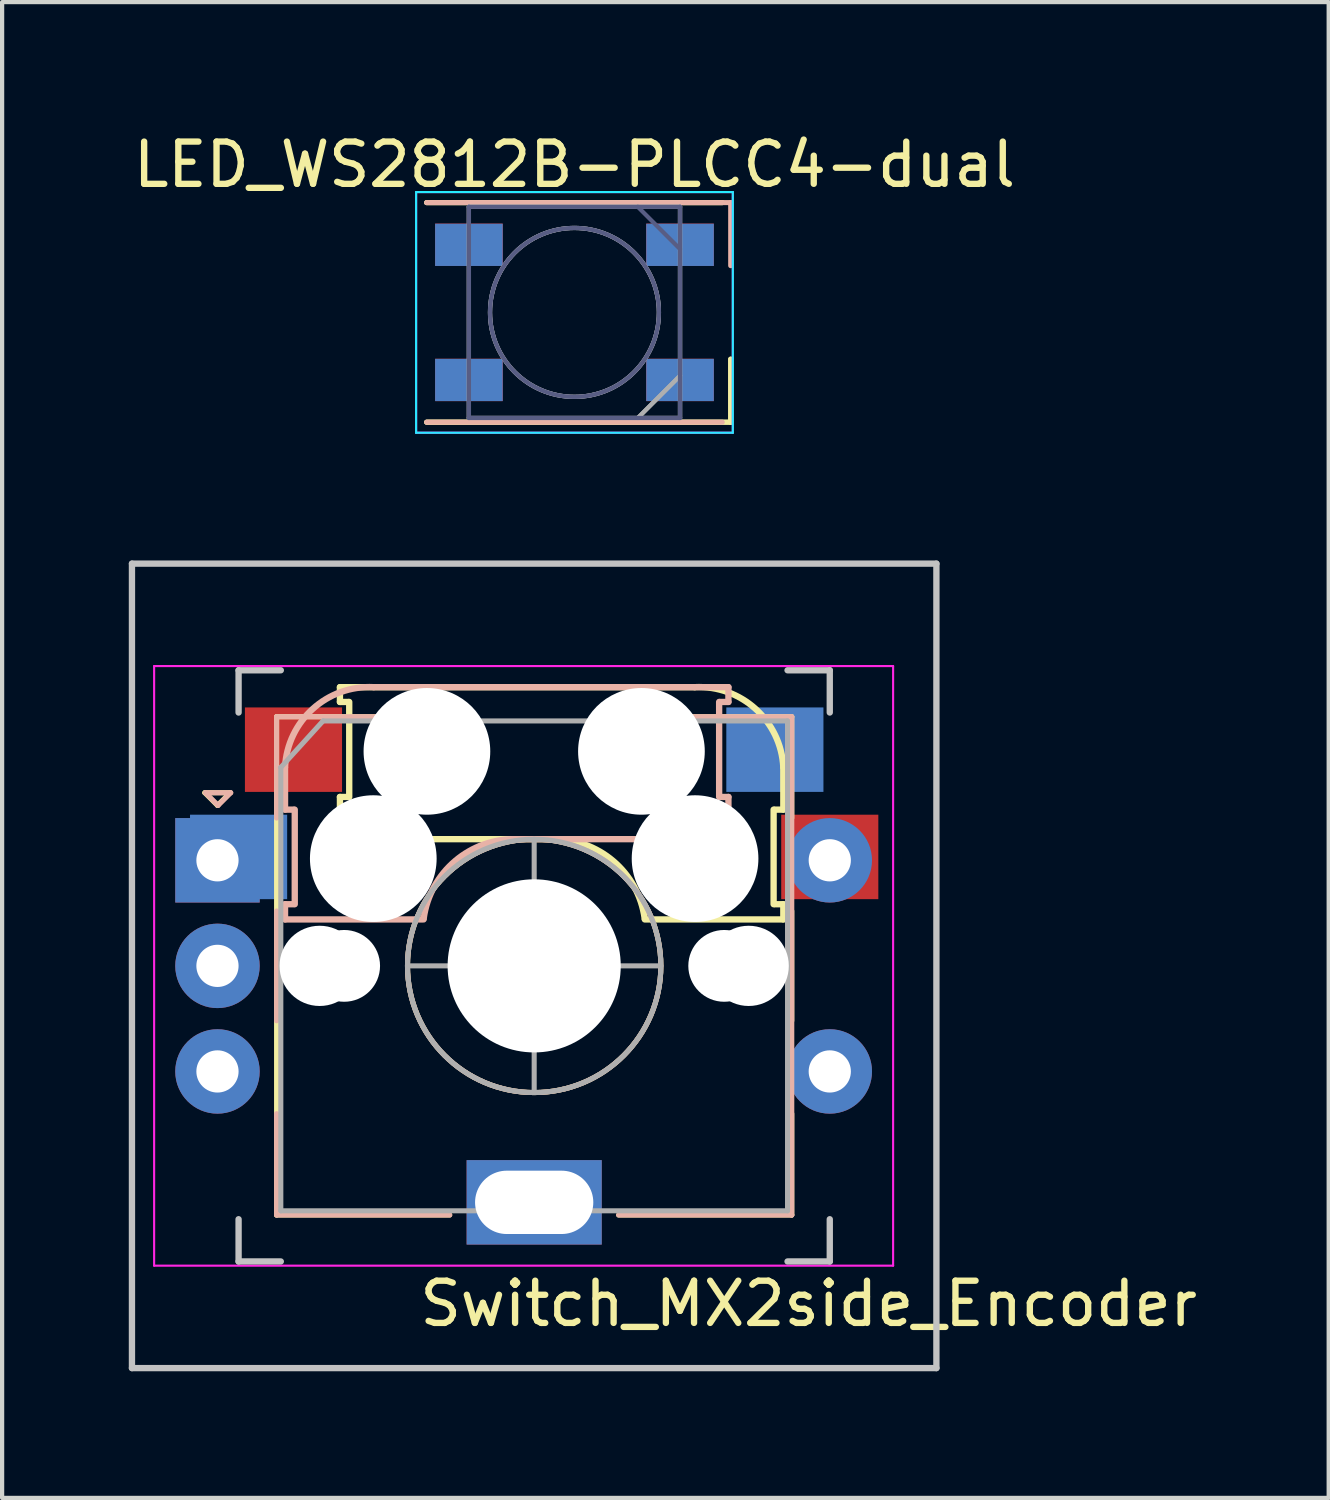
<source format=kicad_pcb>
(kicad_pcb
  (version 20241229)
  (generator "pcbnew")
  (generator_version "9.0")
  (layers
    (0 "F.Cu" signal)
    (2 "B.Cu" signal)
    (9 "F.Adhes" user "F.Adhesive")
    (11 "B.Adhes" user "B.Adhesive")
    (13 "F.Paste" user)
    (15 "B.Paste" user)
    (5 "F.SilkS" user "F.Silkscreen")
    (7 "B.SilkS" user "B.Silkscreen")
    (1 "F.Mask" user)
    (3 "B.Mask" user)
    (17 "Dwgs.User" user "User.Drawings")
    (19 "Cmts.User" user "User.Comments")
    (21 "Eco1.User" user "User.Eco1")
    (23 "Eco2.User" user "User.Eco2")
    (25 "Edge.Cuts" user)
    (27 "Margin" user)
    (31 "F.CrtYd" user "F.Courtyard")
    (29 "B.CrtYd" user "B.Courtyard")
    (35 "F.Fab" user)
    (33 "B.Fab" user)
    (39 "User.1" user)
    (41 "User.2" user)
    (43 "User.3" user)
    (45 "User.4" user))
  (footprint "Switch_MX2side_Encoder"
    (layer "F.Cu")
    (at 9.6 19.823)
    (property "Reference" "Switch_MX2side_Encoder" (at 6.5 8 0) (layer "F.SilkS") (effects (font (size 1 1) (thickness 0.15))))
    (attr through_hole)
    (fp_line (start -7.8 -4.1) (end -7.2 -4.1) (stroke (width 0.12) (type solid)) (layer "F.SilkS"))
    (fp_line (start -7.5 -3.8) (end -7.8 -4.1) (stroke (width 0.12) (type solid)) (layer "F.SilkS"))
    (fp_line (start -7.2 -4.1) (end -7.5 -3.8) (stroke (width 0.12) (type solid)) (layer "F.SilkS"))
    (fp_line (start -6.1 -5.9) (end -6.1 5.9) (stroke (width 0.12) (type solid)) (layer "F.SilkS"))
    (fp_line (start -4.6 -6.6) (end 3.8 -6.6) (stroke (width 0.15) (type solid)) (layer "F.SilkS"))
    (fp_line (start -4.6 -6.25) (end -4.6 -6.6) (stroke (width 0.15) (type solid)) (layer "F.SilkS"))
    (fp_line (start -4.6 -4) (end -4.4 -4) (stroke (width 0.15) (type solid)) (layer "F.SilkS"))
    (fp_line (start -4.6 -3) (end -4.6 -4) (stroke (width 0.15) (type solid)) (layer "F.SilkS"))
    (fp_line (start -4.4 -6.25) (end -4.6 -6.25) (stroke (width 0.15) (type solid)) (layer "F.SilkS"))
    (fp_line (start -4.38 -4) (end -4.38 -6.25) (stroke (width 0.15) (type solid)) (layer "F.SilkS"))
    (fp_line (start -2 -5.9) (end -6.1 -5.9) (stroke (width 0.12) (type solid)) (layer "F.SilkS"))
    (fp_line (start -2 5.9) (end -6.1 5.9) (stroke (width 0.12) (type solid)) (layer "F.SilkS"))
    (fp_line (start -0.5 0) (end 0.5 0) (stroke (width 0.12) (type solid)) (layer "F.SilkS"))
    (fp_line (start 0 -0.5) (end 0 0.5) (stroke (width 0.12) (type solid)) (layer "F.SilkS"))
    (fp_line (start 0.4 -3) (end -4.6 -3) (stroke (width 0.15) (type solid)) (layer "F.SilkS"))
    (fp_line (start 2 -5.9) (end 6.1 -5.9) (stroke (width 0.12) (type solid)) (layer "F.SilkS"))
    (fp_line (start 5.67 -3.7) (end 5.67 -1.46) (stroke (width 0.15) (type solid)) (layer "F.SilkS"))
    (fp_line (start 5.7 -1.46) (end 5.9 -1.46) (stroke (width 0.15) (type solid)) (layer "F.SilkS"))
    (fp_line (start 5.9 -4.7) (end 5.9 -3.7) (stroke (width 0.15) (type solid)) (layer "F.SilkS"))
    (fp_line (start 5.9 -3.7) (end 5.7 -3.7) (stroke (width 0.15) (type solid)) (layer "F.SilkS"))
    (fp_line (start 5.9 -1.1) (end 2.62 -1.1) (stroke (width 0.15) (type solid)) (layer "F.SilkS"))
    (fp_line (start 5.9 -1.1) (end 5.9 -1.46) (stroke (width 0.15) (type solid)) (layer "F.SilkS"))
    (fp_line (start 6.1 -5.9) (end 6.1 -3.5) (stroke (width 0.12) (type solid)) (layer "F.SilkS"))
    (fp_line (start 6.1 -1.3) (end 6.1 1.3) (stroke (width 0.12) (type solid)) (layer "F.SilkS"))
    (fp_line (start 6.1 3.5) (end 6.1 5.9) (stroke (width 0.12) (type solid)) (layer "F.SilkS"))
    (fp_line (start 6.1 5.9) (end 2 5.9) (stroke (width 0.12) (type solid)) (layer "F.SilkS"))
    (fp_arc (start 0.4 -3) (mid 1.868709 -2.486118) (end 2.616318 -1.121471) (stroke (width 0.15) (type solid)) (layer "F.SilkS"))
    (fp_arc (start 3.8 -6.600001) (mid 5.243504 -6.084925) (end 5.900001 -4.7) (stroke (width 0.15) (type solid)) (layer "F.SilkS"))
    (fp_circle (center 0 0) (end 3 0) (stroke (width 0.12) (type solid)) (fill no) (layer "F.SilkS"))
    (fp_line (start -7.786 -4.1) (end -7.486 -3.8) (stroke (width 0.12) (type solid)) (layer "B.SilkS"))
    (fp_line (start -7.486 -3.8) (end -7.186 -4.1) (stroke (width 0.12) (type solid)) (layer "B.SilkS"))
    (fp_line (start -7.186 -4.1) (end -7.786 -4.1) (stroke (width 0.12) (type solid)) (layer "B.SilkS"))
    (fp_line (start -6.1 -5.9) (end -6.1 -3.5) (stroke (width 0.12) (type solid)) (layer "B.SilkS"))
    (fp_line (start -6.1 -1.3) (end -6.1 1.3) (stroke (width 0.12) (type solid)) (layer "B.SilkS"))
    (fp_line (start -6.1 3.5) (end -6.1 5.9) (stroke (width 0.12) (type solid)) (layer "B.SilkS"))
    (fp_line (start -6.1 5.9) (end -2 5.9) (stroke (width 0.12) (type solid)) (layer "B.SilkS"))
    (fp_line (start -5.9 -4.7) (end -5.9 -3.7) (stroke (width 0.15) (type solid)) (layer "B.SilkS"))
    (fp_line (start -5.9 -3.7) (end -5.7 -3.7) (stroke (width 0.15) (type solid)) (layer "B.SilkS"))
    (fp_line (start -5.9 -1.1) (end -5.9 -1.46) (stroke (width 0.15) (type solid)) (layer "B.SilkS"))
    (fp_line (start -5.9 -1.1) (end -2.62 -1.1) (stroke (width 0.15) (type solid)) (layer "B.SilkS"))
    (fp_line (start -5.7 -1.46) (end -5.9 -1.46) (stroke (width 0.15) (type solid)) (layer "B.SilkS"))
    (fp_line (start -5.67 -3.7) (end -5.67 -1.46) (stroke (width 0.15) (type solid)) (layer "B.SilkS"))
    (fp_line (start -2 -5.9) (end -6.1 -5.9) (stroke (width 0.12) (type solid)) (layer "B.SilkS"))
    (fp_line (start -0.4 -3) (end 4.6 -3) (stroke (width 0.15) (type solid)) (layer "B.SilkS"))
    (fp_line (start 0 -0.5) (end 0 0.5) (stroke (width 0.12) (type solid)) (layer "B.SilkS"))
    (fp_line (start 0.5 0) (end -0.5 0) (stroke (width 0.12) (type solid)) (layer "B.SilkS"))
    (fp_line (start 2 -5.9) (end 6.1 -5.9) (stroke (width 0.12) (type solid)) (layer "B.SilkS"))
    (fp_line (start 2 5.9) (end 6.1 5.9) (stroke (width 0.12) (type solid)) (layer "B.SilkS"))
    (fp_line (start 4.38 -4) (end 4.38 -6.25) (stroke (width 0.15) (type solid)) (layer "B.SilkS"))
    (fp_line (start 4.4 -6.25) (end 4.6 -6.25) (stroke (width 0.15) (type solid)) (layer "B.SilkS"))
    (fp_line (start 4.6 -6.6) (end -3.8 -6.6) (stroke (width 0.15) (type solid)) (layer "B.SilkS"))
    (fp_line (start 4.6 -6.25) (end 4.6 -6.6) (stroke (width 0.15) (type solid)) (layer "B.SilkS"))
    (fp_line (start 4.6 -4) (end 4.4 -4) (stroke (width 0.15) (type solid)) (layer "B.SilkS"))
    (fp_line (start 4.6 -3) (end 4.6 -4) (stroke (width 0.15) (type solid)) (layer "B.SilkS"))
    (fp_line (start 6.1 -5.9) (end 6.1 5.9) (stroke (width 0.12) (type solid)) (layer "B.SilkS"))
    (fp_arc (start -5.9 -4.699999) (mid -5.243504 -6.084924) (end -3.800001 -6.6) (stroke (width 0.15) (type solid)) (layer "B.SilkS"))
    (fp_arc (start -2.616318 -1.121471) (mid -1.868709 -2.486118) (end -0.4 -3) (stroke (width 0.15) (type solid)) (layer "B.SilkS"))
    (fp_circle (center 0 0) (end -3 0) (stroke (width 0.12) (type solid)) (fill no) (layer "B.SilkS"))
    (fp_line (start -9.525 -9.525) (end 9.525 -9.525) (stroke (width 0.15) (type solid)) (layer "Dwgs.User"))
    (fp_line (start -9.525 9.525) (end -9.525 -9.525) (stroke (width 0.15) (type solid)) (layer "Dwgs.User"))
    (fp_line (start -7 -7) (end -6 -7) (stroke (width 0.15) (type solid)) (layer "Dwgs.User"))
    (fp_line (start -7 -6) (end -7 -7) (stroke (width 0.15) (type solid)) (layer "Dwgs.User"))
    (fp_line (start -7 6) (end -7 7) (stroke (width 0.15) (type solid)) (layer "Dwgs.User"))
    (fp_line (start -7 7) (end -6 7) (stroke (width 0.15) (type solid)) (layer "Dwgs.User"))
    (fp_line (start 6 7) (end 7 7) (stroke (width 0.15) (type solid)) (layer "Dwgs.User"))
    (fp_line (start 7 -7) (end 6 -7) (stroke (width 0.15) (type solid)) (layer "Dwgs.User"))
    (fp_line (start 7 -7) (end 7 -6) (stroke (width 0.15) (type solid)) (layer "Dwgs.User"))
    (fp_line (start 7 7) (end 7 6) (stroke (width 0.15) (type solid)) (layer "Dwgs.User"))
    (fp_line (start 9.525 -9.525) (end 9.525 9.525) (stroke (width 0.15) (type solid)) (layer "Dwgs.User"))
    (fp_line (start 9.525 9.525) (end -9.525 9.525) (stroke (width 0.15) (type solid)) (layer "Dwgs.User"))
    (fp_line (start -9 -7.1) (end -9 7.1) (stroke (width 0.05) (type solid)) (layer "F.CrtYd"))
    (fp_line (start -9 -7.1) (end 8.5 -7.1) (stroke (width 0.05) (type solid)) (layer "F.CrtYd"))
    (fp_line (start 8.5 7.1) (end -9 7.1) (stroke (width 0.05) (type solid)) (layer "F.CrtYd"))
    (fp_line (start 8.5 7.1) (end 8.5 -7.1) (stroke (width 0.05) (type solid)) (layer "F.CrtYd"))
    (fp_line (start -6 -4.7) (end -5 -5.8) (stroke (width 0.12) (type solid)) (layer "F.Fab"))
    (fp_line (start -6 5.8) (end -6 -4.7) (stroke (width 0.12) (type solid)) (layer "F.Fab"))
    (fp_line (start -5 -5.8) (end 6 -5.8) (stroke (width 0.12) (type solid)) (layer "F.Fab"))
    (fp_line (start -3 0) (end 3 0) (stroke (width 0.12) (type solid)) (layer "F.Fab"))
    (fp_line (start 0 -3) (end 0 3) (stroke (width 0.12) (type solid)) (layer "F.Fab"))
    (fp_line (start 6 -5.8) (end 6 5.8) (stroke (width 0.12) (type solid)) (layer "F.Fab"))
    (fp_line (start 6 5.8) (end -6 5.8) (stroke (width 0.12) (type solid)) (layer "F.Fab"))
    (fp_circle (center 0 0) (end 3 0) (stroke (width 0.12) (type solid)) (fill no) (layer "F.Fab"))
    (pad "" np_thru_hole circle (at -5.08 0) (size 1.9 1.9) (drill 1.9) (layers "*.Cu" "*.Mask"))
    (pad "" np_thru_hole circle (at -4.5 0) (size 1.7 1.7) (drill 1.7) (layers "*.Cu" "*.Mask"))
    (pad "" np_thru_hole circle (at -3.81 -2.54 180) (size 3 3) (drill 3) (layers "*.Cu" "*.Mask"))
    (pad "" np_thru_hole circle (at -2.54 -5.08 180) (size 3 3) (drill 3) (layers "*.Cu" "*.Mask"))
    (pad "" np_thru_hole circle (at 0 0 90) (size 4.1 4.1) (drill 4.1) (layers "*.Cu" "*.Mask"))
    (pad "" np_thru_hole circle (at 2.54 -5.08 180) (size 3 3) (drill 3) (layers "*.Cu" "*.Mask"))
    (pad "" np_thru_hole circle (at 3.81 -2.54 180) (size 3 3) (drill 3) (layers "*.Cu" "*.Mask"))
    (pad "" np_thru_hole circle (at 4.5 0) (size 1.7 1.7) (drill 1.7) (layers "*.Cu" "*.Mask"))
    (pad "" np_thru_hole circle (at 5.08 0) (size 1.9 1.9) (drill 1.9) (layers "*.Cu" "*.Mask"))
    (pad "A" thru_hole rect (at -7.5 -2.5) (size 2 2) (drill 1) (layers "*.Cu" "*.Mask"))
    (pad "A" smd rect (at -7 -2.58 180) (size 2.3 2) (layers "B.Cu" "B.Mask" "B.Paste"))
    (pad "B" thru_hole circle (at -7.5 2.5) (size 2 2) (drill 1) (layers "*.Cu" "*.Mask"))
    (pad "C" thru_hole circle (at -7.5 0) (size 2 2) (drill 1) (layers "*.Cu" "*.Mask"))
    (pad "MP" thru_hole rect (at 0 5.6) (size 3.2 2) (drill oval 2.8 1.5) (layers "*.Cu" "*.Mask"))
    (pad "S1" smd rect (at 5.7 -5.12 180) (size 2.3 2) (layers "B.Cu" "B.Mask" "B.Paste"))
    (pad "S1" thru_hole circle (at 7 2.5) (size 2 2) (drill 1) (layers "*.Cu" "*.Mask"))
    (pad "S2" smd rect (at -5.7 -5.12 180) (size 2.3 2) (layers "F.Cu" "F.Mask" "F.Paste"))
    (pad "S2" smd rect (at 7 -2.58 180) (size 2.3 2) (layers "F.Cu" "F.Mask" "F.Paste"))
    (pad "S2" thru_hole circle (at 7 -2.5) (size 2 2) (drill 1) (layers "*.Cu" "*.Mask")))
  (footprint "LED_WS2812B-PLCC4-dual"
    (layer "F.Cu")
    (at 10.554 4.348)
    (property "Reference" "LED_WS2812B-PLCC4-dual" (at 0 -3.5 0) (layer "F.SilkS") (effects (font (size 1 1) (thickness 0.15))))
    (attr smd)
    (fp_line (start -3.5 -2.6) (end 3.5 -2.6) (stroke (width 0.12) (type solid)) (layer "F.SilkS"))
    (fp_line (start -3.5 -2.6) (end 3.5 -2.6) (stroke (width 0.12) (type solid)) (layer "F.SilkS"))
    (fp_line (start -3.5 2.6) (end 3.7 2.6) (stroke (width 0.12) (type solid)) (layer "F.SilkS"))
    (fp_line (start -3.5 2.6) (end 3.7 2.6) (stroke (width 0.12) (type solid)) (layer "F.SilkS"))
    (fp_line (start 3.7 2.6) (end 3.7 1.107) (stroke (width 0.12) (type solid)) (layer "F.SilkS"))
    (fp_line (start 3.7 2.6) (end 3.7 1.107) (stroke (width 0.12) (type solid)) (layer "F.SilkS"))
    (fp_line (start -3.5 -2.6) (end 3.7 -2.6) (stroke (width 0.12) (type solid)) (layer "B.SilkS"))
    (fp_line (start -3.5 2.6) (end 3.5 2.6) (stroke (width 0.12) (type solid)) (layer "B.SilkS"))
    (fp_line (start 3.7 -2.6) (end 3.7 -1.107) (stroke (width 0.12) (type solid)) (layer "B.SilkS"))
    (fp_line (start -3.75 -2.85) (end 3.75 -2.85) (stroke (width 0.05) (type solid)) (layer "B.CrtYd"))
    (fp_line (start -3.75 2.85) (end -3.75 -2.85) (stroke (width 0.05) (type solid)) (layer "B.CrtYd"))
    (fp_line (start 3.75 -2.85) (end 3.75 2.85) (stroke (width 0.05) (type solid)) (layer "B.CrtYd"))
    (fp_line (start 3.75 2.85) (end -3.75 2.85) (stroke (width 0.05) (type solid)) (layer "B.CrtYd"))
    (fp_line (start -3.75 -2.85) (end -3.75 2.85) (stroke (width 0.05) (type solid)) (layer "F.CrtYd"))
    (fp_line (start -3.75 2.85) (end 3.75 2.85) (stroke (width 0.05) (type solid)) (layer "F.CrtYd"))
    (fp_line (start 3.75 -2.85) (end -3.75 -2.85) (stroke (width 0.05) (type solid)) (layer "F.CrtYd"))
    (fp_line (start 3.75 2.85) (end 3.75 -2.85) (stroke (width 0.05) (type solid)) (layer "F.CrtYd"))
    (fp_line (start -2.5 -2.5) (end 2.5 -2.5) (stroke (width 0.1) (type solid)) (layer "B.Fab"))
    (fp_line (start -2.5 2.5) (end -2.5 -2.5) (stroke (width 0.1) (type solid)) (layer "B.Fab"))
    (fp_line (start 2.5 -2.5) (end 2.5 2.5) (stroke (width 0.1) (type solid)) (layer "B.Fab"))
    (fp_line (start 2.5 -1.5) (end 1.5 -2.5) (stroke (width 0.1) (type solid)) (layer "B.Fab"))
    (fp_line (start 2.5 2.5) (end -2.5 2.5) (stroke (width 0.1) (type solid)) (layer "B.Fab"))
    (fp_circle (center 0 0) (end 0 2) (stroke (width 0.1) (type solid)) (fill no) (layer "B.Fab"))
    (fp_line (start -2.5 -2.5) (end -2.5 2.5) (stroke (width 0.1) (type solid)) (layer "F.Fab"))
    (fp_line (start -2.5 -2.5) (end -2.5 2.5) (stroke (width 0.1) (type solid)) (layer "F.Fab"))
    (fp_line (start -2.5 2.5) (end 2.5 2.5) (stroke (width 0.1) (type solid)) (layer "F.Fab"))
    (fp_line (start -2.5 2.5) (end 2.5 2.5) (stroke (width 0.1) (type solid)) (layer "F.Fab"))
    (fp_line (start 2.5 -2.5) (end -2.5 -2.5) (stroke (width 0.1) (type solid)) (layer "F.Fab"))
    (fp_line (start 2.5 -2.5) (end -2.5 -2.5) (stroke (width 0.1) (type solid)) (layer "F.Fab"))
    (fp_line (start 2.5 1.5) (end 1.5 2.5) (stroke (width 0.1) (type solid)) (layer "F.Fab"))
    (fp_line (start 2.5 1.5) (end 1.5 2.5) (stroke (width 0.1) (type solid)) (layer "F.Fab"))
    (fp_line (start 2.5 2.5) (end 2.5 -2.5) (stroke (width 0.1) (type solid)) (layer "F.Fab"))
    (fp_line (start 2.5 2.5) (end 2.5 -2.5) (stroke (width 0.1) (type solid)) (layer "F.Fab"))
    (fp_circle (center 0 0) (end 0 -2) (stroke (width 0.1) (type solid)) (fill no) (layer "F.Fab"))
    (fp_circle (center 0 0) (end 0 -2) (stroke (width 0.1) (type solid)) (fill no) (layer "F.Fab"))
    (pad "1" smd rect (at -2.5 -1.6) (size 1.6 1) (layers "F.Cu" "F.Mask" "F.Paste"))
    (pad "1" smd rect (at -2.5 -1.6) (size 1.6 1) (layers "F.Cu" "F.Mask" "F.Paste"))
    (pad "1" smd rect (at -2.5 1.6) (size 1.6 1) (layers "B.Cu" "B.Mask" "B.Paste"))
    (pad "2" smd rect (at -2.5 -1.6) (size 1.6 1) (layers "B.Cu" "B.Mask" "B.Paste"))
    (pad "2" smd rect (at -2.5 1.6) (size 1.6 1) (layers "F.Cu" "F.Mask" "F.Paste"))
    (pad "2" smd rect (at -2.5 1.6) (size 1.6 1) (layers "F.Cu" "F.Mask" "F.Paste"))
    (pad "3" smd rect (at 2.5 -1.6) (size 1.6 1) (layers "B.Cu" "B.Mask" "B.Paste"))
    (pad "3" smd rect (at 2.5 1.6) (size 1.6 1) (layers "F.Cu" "F.Mask" "F.Paste"))
    (pad "3" smd rect (at 2.5 1.6) (size 1.6 1) (layers "F.Cu" "F.Mask" "F.Paste"))
    (pad "4" smd rect (at 2.5 -1.6) (size 1.6 1) (layers "F.Cu" "F.Mask" "F.Paste"))
    (pad "4" smd rect (at 2.5 -1.6) (size 1.6 1) (layers "F.Cu" "F.Mask" "F.Paste"))
    (pad "4" smd rect (at 2.5 1.6) (size 1.6 1) (layers "B.Cu" "B.Mask" "B.Paste")))
  (gr_rect
    (start -3 -3)
    (end 28.415 32.423)
    (stroke (width 0.1) (type default))
    (fill no)
    (layer "Edge.Cuts")))
</source>
